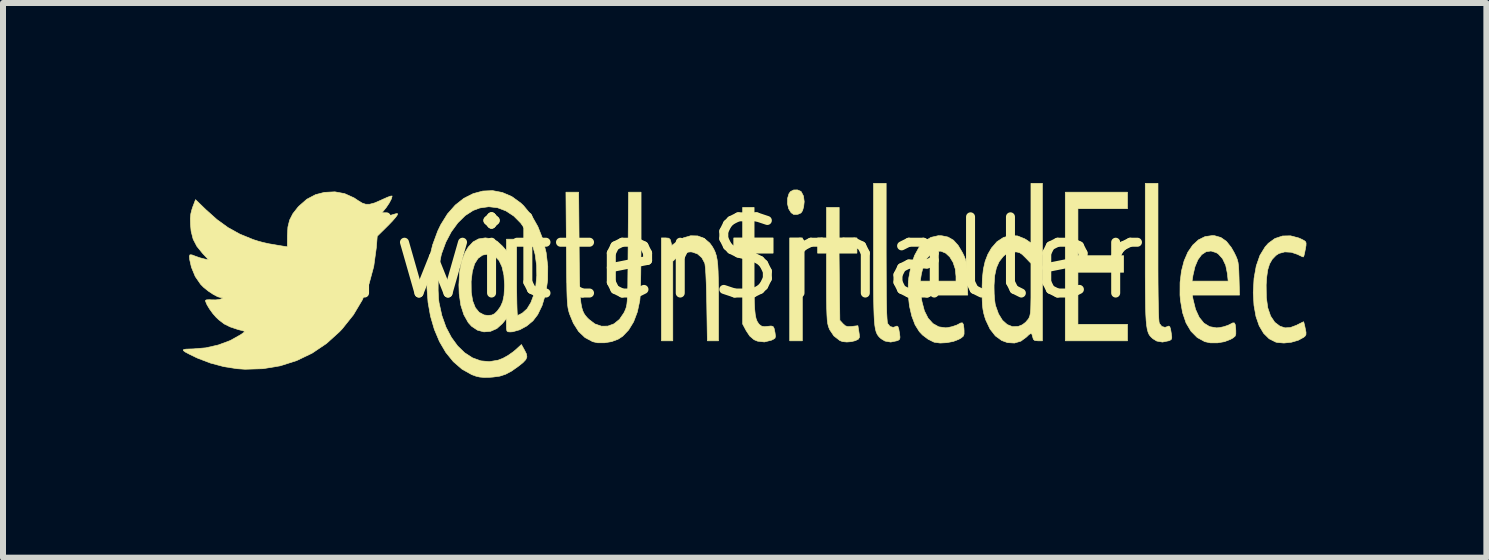
<source format=kicad_pcb>
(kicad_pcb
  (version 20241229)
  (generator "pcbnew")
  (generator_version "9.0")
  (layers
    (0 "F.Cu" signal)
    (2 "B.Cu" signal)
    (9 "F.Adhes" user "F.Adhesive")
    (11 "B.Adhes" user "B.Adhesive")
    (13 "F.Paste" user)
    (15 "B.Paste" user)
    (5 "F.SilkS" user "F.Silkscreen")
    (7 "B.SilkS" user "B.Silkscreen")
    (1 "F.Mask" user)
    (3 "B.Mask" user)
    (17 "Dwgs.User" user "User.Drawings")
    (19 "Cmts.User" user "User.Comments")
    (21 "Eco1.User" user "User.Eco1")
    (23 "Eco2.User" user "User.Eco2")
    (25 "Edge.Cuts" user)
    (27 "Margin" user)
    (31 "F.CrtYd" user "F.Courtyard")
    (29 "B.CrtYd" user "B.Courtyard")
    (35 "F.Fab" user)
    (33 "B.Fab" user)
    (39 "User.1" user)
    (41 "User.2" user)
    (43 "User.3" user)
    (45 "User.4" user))
  (footprint "TwitterSmaller"
    (layer "F.Cu")
    (at 9.285 1.254)
    (property "Reference" "TwitterSmaller" (at 0 0 0) (layer "F.SilkS") (effects (font (size 1.27 1.27) (thickness 0.15))))
    (attr through_hole)
    (fp_poly (pts (xy 1.037 1.376) (xy 0.826 1.376) (xy 0.826 -0.339) (xy 1.037 -0.339) (xy 1.037 1.376)) (stroke (width 0.01) (type solid)) (fill yes) (layer "F.SilkS"))
    (fp_poly (pts (xy 6.456 -0.826) (xy 5.63 -0.826) (xy 5.63 -0.042) (xy 6.392 -0.042) (xy 6.392 0.233) (xy 5.63 0.233) (xy 5.63 1.101) (xy 6.456 1.101) (xy 6.456 1.376) (xy 5.419 1.376) (xy 5.419 -1.101) (xy 6.456 -1.101) (xy 6.456 -0.826)) (stroke (width 0.01) (type solid)) (fill yes) (layer "F.SilkS"))
    (fp_poly (pts (xy 1.012 -1.115) (xy 1.02 -1.106) (xy 1.056 -1.036) (xy 1.068 -0.943) (xy 1.059 -0.859) (xy 1.04 -0.793) (xy 1.015 -0.756) (xy 0.972 -0.736) (xy 0.949 -0.73) (xy 0.892 -0.73) (xy 0.85 -0.759) (xy 0.809 -0.825) (xy 0.789 -0.91) (xy 0.791 -0.999) (xy 0.814 -1.076) (xy 0.839 -1.111) (xy 0.892 -1.138) (xy 0.956 -1.139) (xy 1.012 -1.115)) (stroke (width 0.01) (type solid)) (fill yes) (layer "F.SilkS"))
    (fp_poly (pts (xy 0.233 -0.339) (xy 0.55 -0.339) (xy 0.55 -0.085) (xy 0.233 -0.085) (xy 0.233 0.407) (xy 0.234 0.591) (xy 0.237 0.737) (xy 0.243 0.851) (xy 0.252 0.938) (xy 0.265 1.003) (xy 0.283 1.051) (xy 0.306 1.087) (xy 0.321 1.105) (xy 0.359 1.132) (xy 0.406 1.14) (xy 0.457 1.135) (xy 0.515 1.129) (xy 0.548 1.137) (xy 0.566 1.167) (xy 0.579 1.228) (xy 0.582 1.244) (xy 0.589 1.301) (xy 0.581 1.332) (xy 0.549 1.353) (xy 0.521 1.366) (xy 0.404 1.395) (xy 0.291 1.382) (xy 0.233 1.358) (xy 0.16 1.296) (xy 0.101 1.207) (xy 0.042 1.096) (xy 0.042 -0.085) (xy -0.106 -0.085) (xy -0.106 -0.339) (xy 0.042 -0.339) (xy 0.042 -0.847) (xy 0.233 -0.847) (xy 0.233 -0.339)) (stroke (width 0.01) (type solid)) (fill yes) (layer "F.SilkS"))
    (fp_poly (pts (xy 1.651 -0.339) (xy 1.947 -0.339) (xy 1.947 -0.085) (xy 1.649 -0.085) (xy 1.655 0.475) (xy 1.662 1.034) (xy 1.714 1.091) (xy 1.753 1.126) (xy 1.793 1.139) (xy 1.852 1.137) (xy 1.865 1.136) (xy 1.963 1.124) (xy 1.976 1.203) (xy 1.985 1.264) (xy 1.989 1.312) (xy 1.989 1.316) (xy 1.971 1.348) (xy 1.921 1.373) (xy 1.853 1.39) (xy 1.778 1.396) (xy 1.707 1.389) (xy 1.662 1.372) (xy 1.562 1.294) (xy 1.491 1.188) (xy 1.471 1.135) (xy 1.46 1.09) (xy 1.452 1.029) (xy 1.447 0.948) (xy 1.443 0.84) (xy 1.44 0.702) (xy 1.439 0.528) (xy 1.439 0.472) (xy 1.439 -0.085) (xy 1.291 -0.085) (xy 1.291 -0.339) (xy 1.439 -0.339) (xy 1.439 -0.847) (xy 1.651 -0.847) (xy 1.651 -0.339)) (stroke (width 0.01) (type solid)) (fill yes) (layer "F.SilkS"))
    (fp_poly (pts (xy 2.434 -0.107) (xy 2.435 0.176) (xy 2.436 0.417) (xy 2.437 0.619) (xy 2.44 0.783) (xy 2.443 0.911) (xy 2.448 1.003) (xy 2.453 1.062) (xy 2.458 1.087) (xy 2.498 1.137) (xy 2.551 1.152) (xy 2.588 1.14) (xy 2.614 1.13) (xy 2.631 1.142) (xy 2.644 1.181) (xy 2.657 1.254) (xy 2.664 1.315) (xy 2.659 1.348) (xy 2.637 1.366) (xy 2.615 1.375) (xy 2.51 1.397) (xy 2.414 1.38) (xy 2.351 1.342) (xy 2.325 1.319) (xy 2.303 1.295) (xy 2.284 1.266) (xy 2.268 1.23) (xy 2.255 1.182) (xy 2.245 1.12) (xy 2.237 1.04) (xy 2.232 0.938) (xy 2.228 0.813) (xy 2.225 0.659) (xy 2.223 0.474) (xy 2.223 0.254) (xy 2.223 -0.003) (xy 2.223 -0.089) (xy 2.223 -1.249) (xy 2.434 -1.249) (xy 2.434 -0.107)) (stroke (width 0.01) (type solid)) (fill yes) (layer "F.SilkS"))
    (fp_poly (pts (xy 6.964 -0.107) (xy 6.964 0.176) (xy 6.965 0.417) (xy 6.967 0.619) (xy 6.97 0.783) (xy 6.973 0.911) (xy 6.977 1.003) (xy 6.982 1.062) (xy 6.988 1.087) (xy 7.028 1.137) (xy 7.081 1.152) (xy 7.118 1.14) (xy 7.144 1.13) (xy 7.161 1.142) (xy 7.174 1.181) (xy 7.186 1.254) (xy 7.194 1.315) (xy 7.189 1.348) (xy 7.167 1.366) (xy 7.145 1.375) (xy 7.039 1.397) (xy 6.943 1.38) (xy 6.881 1.342) (xy 6.855 1.319) (xy 6.832 1.295) (xy 6.813 1.266) (xy 6.798 1.23) (xy 6.785 1.182) (xy 6.775 1.12) (xy 6.767 1.04) (xy 6.761 0.938) (xy 6.757 0.813) (xy 6.755 0.659) (xy 6.753 0.474) (xy 6.752 0.254) (xy 6.752 -0.003) (xy 6.752 -0.089) (xy 6.752 -1.249) (xy 6.964 -1.249) (xy 6.964 -0.107)) (stroke (width 0.01) (type solid)) (fill yes) (layer "F.SilkS"))
    (fp_poly (pts (xy -0.707 -0.372) (xy -0.6 -0.332) (xy -0.507 -0.254) (xy -0.466 -0.198) (xy -0.438 -0.15) (xy -0.415 -0.1) (xy -0.397 -0.044) (xy -0.383 0.025) (xy -0.373 0.109) (xy -0.367 0.216) (xy -0.363 0.349) (xy -0.36 0.514) (xy -0.36 0.716) (xy -0.36 0.742) (xy -0.36 1.376) (xy -0.546 1.376) (xy -0.556 0.767) (xy -0.56 0.574) (xy -0.565 0.407) (xy -0.571 0.27) (xy -0.578 0.166) (xy -0.586 0.099) (xy -0.59 0.081) (xy -0.638 -0.009) (xy -0.711 -0.073) (xy -0.8 -0.104) (xy -0.829 -0.106) (xy -0.916 -0.096) (xy -0.991 -0.062) (xy -1.064 -0.004) (xy -1.122 0.05) (xy -1.122 1.376) (xy -1.312 1.376) (xy -1.312 -0.339) (xy -1.24 -0.339) (xy -1.189 -0.334) (xy -1.164 -0.31) (xy -1.154 -0.275) (xy -1.14 -0.212) (xy -1.071 -0.264) (xy -0.947 -0.339) (xy -0.824 -0.375) (xy -0.707 -0.372)) (stroke (width 0.01) (type solid)) (fill yes) (layer "F.SilkS"))
    (fp_poly (pts (xy 9.31 -0.338) (xy 9.357 -0.317) (xy 9.398 -0.296) (xy 9.422 -0.278) (xy 9.432 -0.254) (xy 9.431 -0.213) (xy 9.419 -0.146) (xy 9.407 -0.085) (xy 9.396 -0.04) (xy 9.385 -0.021) (xy 9.385 -0.021) (xy 9.362 -0.03) (xy 9.315 -0.052) (xy 9.292 -0.064) (xy 9.185 -0.1) (xy 9.077 -0.106) (xy 8.98 -0.08) (xy 8.931 -0.048) (xy 8.869 0.016) (xy 8.824 0.094) (xy 8.793 0.193) (xy 8.775 0.321) (xy 8.767 0.445) (xy 8.77 0.654) (xy 8.794 0.827) (xy 8.841 0.964) (xy 8.91 1.067) (xy 8.996 1.132) (xy 9.081 1.16) (xy 9.17 1.155) (xy 9.274 1.116) (xy 9.283 1.111) (xy 9.341 1.082) (xy 9.38 1.063) (xy 9.391 1.058) (xy 9.397 1.077) (xy 9.409 1.125) (xy 9.418 1.169) (xy 9.431 1.234) (xy 9.43 1.273) (xy 9.415 1.298) (xy 9.393 1.317) (xy 9.301 1.367) (xy 9.186 1.4) (xy 9.063 1.413) (xy 8.95 1.403) (xy 8.926 1.397) (xy 8.817 1.342) (xy 8.725 1.251) (xy 8.651 1.126) (xy 8.597 0.97) (xy 8.564 0.785) (xy 8.552 0.574) (xy 8.552 0.572) (xy 8.565 0.335) (xy 8.602 0.128) (xy 8.663 -0.047) (xy 8.749 -0.188) (xy 8.803 -0.249) (xy 8.913 -0.329) (xy 9.039 -0.371) (xy 9.173 -0.374) (xy 9.31 -0.338)) (stroke (width 0.01) (type solid)) (fill yes) (layer "F.SilkS"))
    (fp_poly (pts (xy 7.907 -0.376) (xy 8.012 -0.346) (xy 8.104 -0.282) (xy 8.185 -0.18) (xy 8.233 -0.096) (xy 8.263 -0.035) (xy 8.284 0.016) (xy 8.298 0.068) (xy 8.306 0.129) (xy 8.311 0.212) (xy 8.315 0.326) (xy 8.315 0.332) (xy 8.323 0.614) (xy 7.536 0.614) (xy 7.548 0.683) (xy 7.59 0.852) (xy 7.651 0.985) (xy 7.729 1.081) (xy 7.825 1.14) (xy 7.937 1.16) (xy 7.985 1.157) (xy 8.065 1.14) (xy 8.141 1.113) (xy 8.163 1.102) (xy 8.209 1.078) (xy 8.237 1.078) (xy 8.252 1.107) (xy 8.259 1.17) (xy 8.261 1.207) (xy 8.261 1.264) (xy 8.249 1.299) (xy 8.214 1.328) (xy 8.174 1.351) (xy 8.073 1.39) (xy 7.956 1.41) (xy 7.838 1.41) (xy 7.744 1.39) (xy 7.618 1.321) (xy 7.514 1.216) (xy 7.432 1.078) (xy 7.374 0.907) (xy 7.339 0.705) (xy 7.331 0.614) (xy 7.332 0.405) (xy 7.335 0.381) (xy 7.532 0.381) (xy 8.134 0.381) (xy 8.12 0.251) (xy 8.093 0.118) (xy 8.041 0.008) (xy 7.97 -0.071) (xy 7.936 -0.093) (xy 7.848 -0.121) (xy 7.766 -0.109) (xy 7.692 -0.06) (xy 7.629 0.025) (xy 7.58 0.142) (xy 7.546 0.289) (xy 7.546 0.291) (xy 7.532 0.381) (xy 7.335 0.381) (xy 7.355 0.215) (xy 7.399 0.045) (xy 7.462 -0.101) (xy 7.543 -0.219) (xy 7.639 -0.307) (xy 7.749 -0.361) (xy 7.87 -0.378) (xy 7.907 -0.376)) (stroke (width 0.01) (type solid)) (fill yes) (layer "F.SilkS"))
    (fp_poly (pts (xy -2.683 -0.196) (xy -2.681 0.044) (xy -2.678 0.246) (xy -2.675 0.413) (xy -2.67 0.55) (xy -2.663 0.661) (xy -2.653 0.748) (xy -2.64 0.818) (xy -2.624 0.873) (xy -2.604 0.917) (xy -2.579 0.955) (xy -2.548 0.991) (xy -2.521 1.018) (xy -2.42 1.095) (xy -2.312 1.132) (xy -2.205 1.131) (xy -2.102 1.093) (xy -2.011 1.019) (xy -1.937 0.911) (xy -1.924 0.884) (xy -1.912 0.857) (xy -1.902 0.831) (xy -1.894 0.801) (xy -1.887 0.764) (xy -1.882 0.715) (xy -1.878 0.651) (xy -1.875 0.567) (xy -1.872 0.46) (xy -1.871 0.324) (xy -1.869 0.156) (xy -1.868 -0.048) (xy -1.867 -0.164) (xy -1.86 -1.101) (xy -1.651 -1.101) (xy -1.651 -0.27) (xy -1.652 -0.08) (xy -1.654 0.103) (xy -1.656 0.272) (xy -1.659 0.423) (xy -1.663 0.549) (xy -1.667 0.644) (xy -1.672 0.704) (xy -1.673 0.709) (xy -1.713 0.895) (xy -1.775 1.059) (xy -1.858 1.195) (xy -1.958 1.3) (xy -2.035 1.35) (xy -2.141 1.389) (xy -2.26 1.409) (xy -2.375 1.409) (xy -2.458 1.39) (xy -2.585 1.322) (xy -2.692 1.22) (xy -2.779 1.083) (xy -2.841 0.932) (xy -2.852 0.898) (xy -2.861 0.863) (xy -2.869 0.824) (xy -2.875 0.776) (xy -2.88 0.716) (xy -2.884 0.639) (xy -2.887 0.541) (xy -2.889 0.417) (xy -2.891 0.264) (xy -2.893 0.076) (xy -2.895 -0.149) (xy -2.895 -0.153) (xy -2.903 -1.101) (xy -2.691 -1.101) (xy -2.683 -0.196)) (stroke (width 0.01) (type solid)) (fill yes) (layer "F.SilkS"))
    (fp_poly (pts (xy 3.36 -0.375) (xy 3.465 -0.353) (xy 3.555 -0.301) (xy 3.633 -0.215) (xy 3.704 -0.096) (xy 3.734 -0.035) (xy 3.754 0.016) (xy 3.768 0.068) (xy 3.776 0.129) (xy 3.781 0.212) (xy 3.785 0.326) (xy 3.785 0.332) (xy 3.794 0.614) (xy 3.011 0.614) (xy 3.031 0.725) (xy 3.071 0.877) (xy 3.133 1) (xy 3.214 1.089) (xy 3.311 1.143) (xy 3.422 1.159) (xy 3.454 1.157) (xy 3.534 1.14) (xy 3.61 1.114) (xy 3.633 1.102) (xy 3.679 1.078) (xy 3.707 1.078) (xy 3.722 1.107) (xy 3.73 1.17) (xy 3.732 1.207) (xy 3.732 1.264) (xy 3.719 1.299) (xy 3.684 1.328) (xy 3.644 1.351) (xy 3.554 1.386) (xy 3.444 1.407) (xy 3.333 1.413) (xy 3.239 1.4) (xy 3.231 1.398) (xy 3.135 1.351) (xy 3.04 1.279) (xy 2.987 1.223) (xy 2.916 1.109) (xy 2.861 0.964) (xy 2.822 0.796) (xy 2.802 0.614) (xy 2.802 0.428) (xy 2.806 0.381) (xy 3.002 0.381) (xy 3.598 0.381) (xy 3.598 0.3) (xy 3.585 0.177) (xy 3.549 0.068) (xy 3.494 -0.022) (xy 3.426 -0.085) (xy 3.347 -0.118) (xy 3.279 -0.116) (xy 3.188 -0.076) (xy 3.115 -0.001) (xy 3.059 0.11) (xy 3.021 0.26) (xy 3.016 0.291) (xy 3.002 0.381) (xy 2.806 0.381) (xy 2.811 0.326) (xy 2.849 0.125) (xy 2.906 -0.044) (xy 2.981 -0.181) (xy 3.073 -0.283) (xy 3.18 -0.348) (xy 3.302 -0.376) (xy 3.36 -0.375)) (stroke (width 0.01) (type solid)) (fill yes) (layer "F.SilkS"))
    (fp_poly (pts (xy 5.038 1.376) (xy 4.963 1.376) (xy 4.911 1.371) (xy 4.887 1.35) (xy 4.876 1.312) (xy 4.863 1.266) (xy 4.845 1.253) (xy 4.813 1.273) (xy 4.773 1.312) (xy 4.68 1.381) (xy 4.572 1.413) (xy 4.456 1.406) (xy 4.36 1.371) (xy 4.254 1.294) (xy 4.165 1.18) (xy 4.095 1.032) (xy 4.08 0.988) (xy 4.06 0.918) (xy 4.047 0.851) (xy 4.038 0.775) (xy 4.034 0.68) (xy 4.032 0.555) (xy 4.032 0.529) (xy 4.033 0.491) (xy 4.232 0.491) (xy 4.234 0.592) (xy 4.241 0.689) (xy 4.251 0.765) (xy 4.256 0.787) (xy 4.306 0.927) (xy 4.372 1.034) (xy 4.451 1.105) (xy 4.539 1.14) (xy 4.635 1.136) (xy 4.701 1.11) (xy 4.756 1.069) (xy 4.804 1.013) (xy 4.806 1.01) (xy 4.82 0.983) (xy 4.83 0.952) (xy 4.838 0.909) (xy 4.843 0.85) (xy 4.845 0.767) (xy 4.847 0.654) (xy 4.847 0.514) (xy 4.847 0.085) (xy 4.756 -0.01) (xy 4.701 -0.064) (xy 4.659 -0.092) (xy 4.614 -0.104) (xy 4.563 -0.106) (xy 4.497 -0.102) (xy 4.449 -0.084) (xy 4.4 -0.044) (xy 4.381 -0.026) (xy 4.316 0.058) (xy 4.271 0.16) (xy 4.243 0.289) (xy 4.232 0.449) (xy 4.232 0.491) (xy 4.033 0.491) (xy 4.037 0.339) (xy 4.054 0.182) (xy 4.084 0.05) (xy 4.129 -0.066) (xy 4.189 -0.17) (xy 4.281 -0.276) (xy 4.388 -0.346) (xy 4.503 -0.378) (xy 4.623 -0.372) (xy 4.741 -0.325) (xy 4.771 -0.307) (xy 4.847 -0.255) (xy 4.847 -1.249) (xy 5.038 -1.249) (xy 5.038 1.376)) (stroke (width 0.01) (type solid)) (fill yes) (layer "F.SilkS"))
    (fp_poly (pts (xy -6.591 -1.077) (xy -6.434 -1.006) (xy -6.365 -0.96) (xy -6.3 -0.92) (xy -6.24 -0.9) (xy -6.174 -0.9) (xy -6.095 -0.921) (xy -5.992 -0.965) (xy -5.949 -0.985) (xy -5.879 -1.016) (xy -5.827 -1.035) (xy -5.801 -1.038) (xy -5.8 -1.035) (xy -5.813 -0.988) (xy -5.848 -0.921) (xy -5.898 -0.846) (xy -5.956 -0.775) (xy -5.98 -0.749) (xy -6.024 -0.701) (xy -6.046 -0.668) (xy -6.043 -0.656) (xy -6.01 -0.662) (xy -5.948 -0.678) (xy -5.87 -0.702) (xy -5.854 -0.707) (xy -5.775 -0.731) (xy -5.729 -0.744) (xy -5.71 -0.744) (xy -5.709 -0.732) (xy -5.719 -0.713) (xy -5.744 -0.679) (xy -5.791 -0.625) (xy -5.853 -0.56) (xy -5.895 -0.518) (xy -6.048 -0.367) (xy -6.063 -0.178) (xy -6.106 0.136) (xy -6.184 0.425) (xy -6.296 0.693) (xy -6.444 0.942) (xy -6.63 1.175) (xy -6.677 1.225) (xy -6.894 1.421) (xy -7.133 1.582) (xy -7.391 1.706) (xy -7.665 1.793) (xy -7.953 1.841) (xy -8.251 1.85) (xy -8.382 1.841) (xy -8.602 1.807) (xy -8.827 1.747) (xy -9.037 1.667) (xy -9.07 1.652) (xy -9.177 1.6) (xy -9.247 1.563) (xy -9.28 1.538) (xy -9.277 1.523) (xy -9.239 1.515) (xy -9.166 1.512) (xy -9.118 1.511) (xy -8.905 1.493) (xy -8.695 1.445) (xy -8.499 1.372) (xy -8.329 1.277) (xy -8.314 1.267) (xy -8.249 1.22) (xy -8.374 1.186) (xy -8.499 1.144) (xy -8.598 1.095) (xy -8.686 1.028) (xy -8.732 0.985) (xy -8.788 0.921) (xy -8.841 0.848) (xy -8.884 0.777) (xy -8.908 0.721) (xy -8.911 0.702) (xy -8.892 0.693) (xy -8.844 0.691) (xy -8.811 0.693) (xy -8.738 0.694) (xy -8.675 0.686) (xy -8.657 0.68) (xy -8.624 0.665) (xy -8.628 0.659) (xy -8.647 0.657) (xy -8.705 0.642) (xy -8.781 0.602) (xy -8.864 0.547) (xy -8.943 0.483) (xy -8.992 0.433) (xy -9.081 0.304) (xy -9.145 0.149) (xy -9.173 0.026) (xy -9.179 -0.032) (xy -9.169 -0.058) (xy -9.136 -0.056) (xy -9.078 -0.034) (xy -9.004 -0.008) (xy -8.932 0.011) (xy -8.858 0.027) (xy -8.96 -0.083) (xy -9.054 -0.199) (xy -9.116 -0.318) (xy -9.15 -0.452) (xy -9.16 -0.561) (xy -9.163 -0.663) (xy -9.155 -0.741) (xy -9.136 -0.815) (xy -9.123 -0.854) (xy -9.076 -0.977) (xy -8.904 -0.81) (xy -8.718 -0.644) (xy -8.534 -0.511) (xy -8.339 -0.403) (xy -8.122 -0.314) (xy -8.117 -0.312) (xy -8.036 -0.286) (xy -7.951 -0.263) (xy -7.852 -0.241) (xy -7.729 -0.22) (xy -7.62 -0.202) (xy -7.546 -0.191) (xy -7.545 -0.376) (xy -7.537 -0.52) (xy -7.508 -0.637) (xy -7.454 -0.743) (xy -7.37 -0.85) (xy -7.352 -0.869) (xy -7.221 -0.984) (xy -7.076 -1.06) (xy -6.929 -1.098) (xy -6.754 -1.107) (xy -6.591 -1.077)) (stroke (width 0.01) (type solid)) (fill yes) (layer "F.SilkS"))
    (fp_poly (pts (xy -3.963 -1.096) (xy -3.805 -1.028) (xy -3.656 -0.92) (xy -3.61 -0.877) (xy -3.477 -0.715) (xy -3.37 -0.526) (xy -3.288 -0.317) (xy -3.233 -0.094) (xy -3.206 0.135) (xy -3.208 0.363) (xy -3.239 0.583) (xy -3.301 0.789) (xy -3.374 0.94) (xy -3.453 1.043) (xy -3.557 1.129) (xy -3.673 1.192) (xy -3.79 1.225) (xy -3.834 1.228) (xy -3.869 1.225) (xy -3.887 1.211) (xy -3.894 1.174) (xy -3.895 1.117) (xy -3.895 1.006) (xy -3.962 1.088) (xy -4.055 1.172) (xy -4.16 1.218) (xy -4.27 1.227) (xy -4.377 1.199) (xy -4.476 1.133) (xy -4.531 1.072) (xy -4.604 0.942) (xy -4.655 0.783) (xy -4.682 0.593) (xy -4.687 0.445) (xy -4.684 0.394) (xy -4.483 0.394) (xy -4.481 0.568) (xy -4.457 0.712) (xy -4.413 0.824) (xy -4.349 0.902) (xy -4.267 0.945) (xy -4.205 0.953) (xy -4.139 0.947) (xy -4.093 0.925) (xy -4.047 0.88) (xy -3.993 0.805) (xy -3.956 0.721) (xy -3.935 0.619) (xy -3.927 0.487) (xy -3.926 0.445) (xy -3.937 0.28) (xy -3.968 0.144) (xy -4.017 0.039) (xy -4.084 -0.032) (xy -4.167 -0.067) (xy -4.197 -0.07) (xy -4.291 -0.053) (xy -4.367 0.001) (xy -4.425 0.092) (xy -4.463 0.22) (xy -4.483 0.384) (xy -4.483 0.394) (xy -4.684 0.394) (xy -4.676 0.232) (xy -4.642 0.051) (xy -4.583 -0.1) (xy -4.531 -0.186) (xy -4.45 -0.273) (xy -4.36 -0.322) (xy -4.25 -0.339) (xy -4.244 -0.339) (xy -4.138 -0.325) (xy -4.048 -0.282) (xy -3.963 -0.203) (xy -3.961 -0.201) (xy -3.895 -0.126) (xy -3.895 -0.318) (xy -3.725 -0.318) (xy -3.725 0.318) (xy -3.725 0.477) (xy -3.723 0.621) (xy -3.721 0.746) (xy -3.718 0.846) (xy -3.715 0.915) (xy -3.711 0.95) (xy -3.709 0.952) (xy -3.682 0.942) (xy -3.636 0.917) (xy -3.626 0.911) (xy -3.55 0.842) (xy -3.487 0.738) (xy -3.438 0.608) (xy -3.405 0.456) (xy -3.389 0.291) (xy -3.392 0.119) (xy -3.415 -0.054) (xy -3.419 -0.073) (xy -3.475 -0.269) (xy -3.555 -0.441) (xy -3.656 -0.586) (xy -3.772 -0.703) (xy -3.903 -0.789) (xy -4.043 -0.842) (xy -4.189 -0.859) (xy -4.339 -0.838) (xy -4.449 -0.797) (xy -4.581 -0.712) (xy -4.704 -0.591) (xy -4.814 -0.441) (xy -4.905 -0.268) (xy -4.975 -0.078) (xy -4.984 -0.042) (xy -5.007 0.075) (xy -5.023 0.221) (xy -5.032 0.379) (xy -5.033 0.535) (xy -5.026 0.675) (xy -5.018 0.74) (xy -4.971 0.955) (xy -4.902 1.149) (xy -4.813 1.318) (xy -4.708 1.462) (xy -4.59 1.576) (xy -4.46 1.66) (xy -4.322 1.71) (xy -4.179 1.723) (xy -4.034 1.699) (xy -3.954 1.668) (xy -3.869 1.621) (xy -3.782 1.56) (xy -3.74 1.525) (xy -3.645 1.438) (xy -3.591 1.536) (xy -3.561 1.596) (xy -3.554 1.645) (xy -3.572 1.689) (xy -3.619 1.739) (xy -3.698 1.802) (xy -3.81 1.881) (xy -3.908 1.933) (xy -4.006 1.965) (xy -4.116 1.98) (xy -4.17 1.984) (xy -4.268 1.986) (xy -4.34 1.98) (xy -4.404 1.965) (xy -4.474 1.939) (xy -4.636 1.848) (xy -4.78 1.723) (xy -4.905 1.569) (xy -5.011 1.388) (xy -5.096 1.186) (xy -5.16 0.967) (xy -5.201 0.736) (xy -5.219 0.497) (xy -5.213 0.254) (xy -5.182 0.012) (xy -5.124 -0.225) (xy -5.04 -0.453) (xy -4.989 -0.559) (xy -4.877 -0.739) (xy -4.747 -0.886) (xy -4.604 -0.999) (xy -4.449 -1.077) (xy -4.289 -1.12) (xy -4.125 -1.127) (xy -3.963 -1.096)) (stroke (width 0.01) (type solid)) (fill yes) (layer "F.SilkS")))
  (gr_rect
    (start -3 -3)
    (end 21.722 6.244)
    (stroke (width 0.1) (type default))
    (fill no)
    (layer "Edge.Cuts")))
</source>
